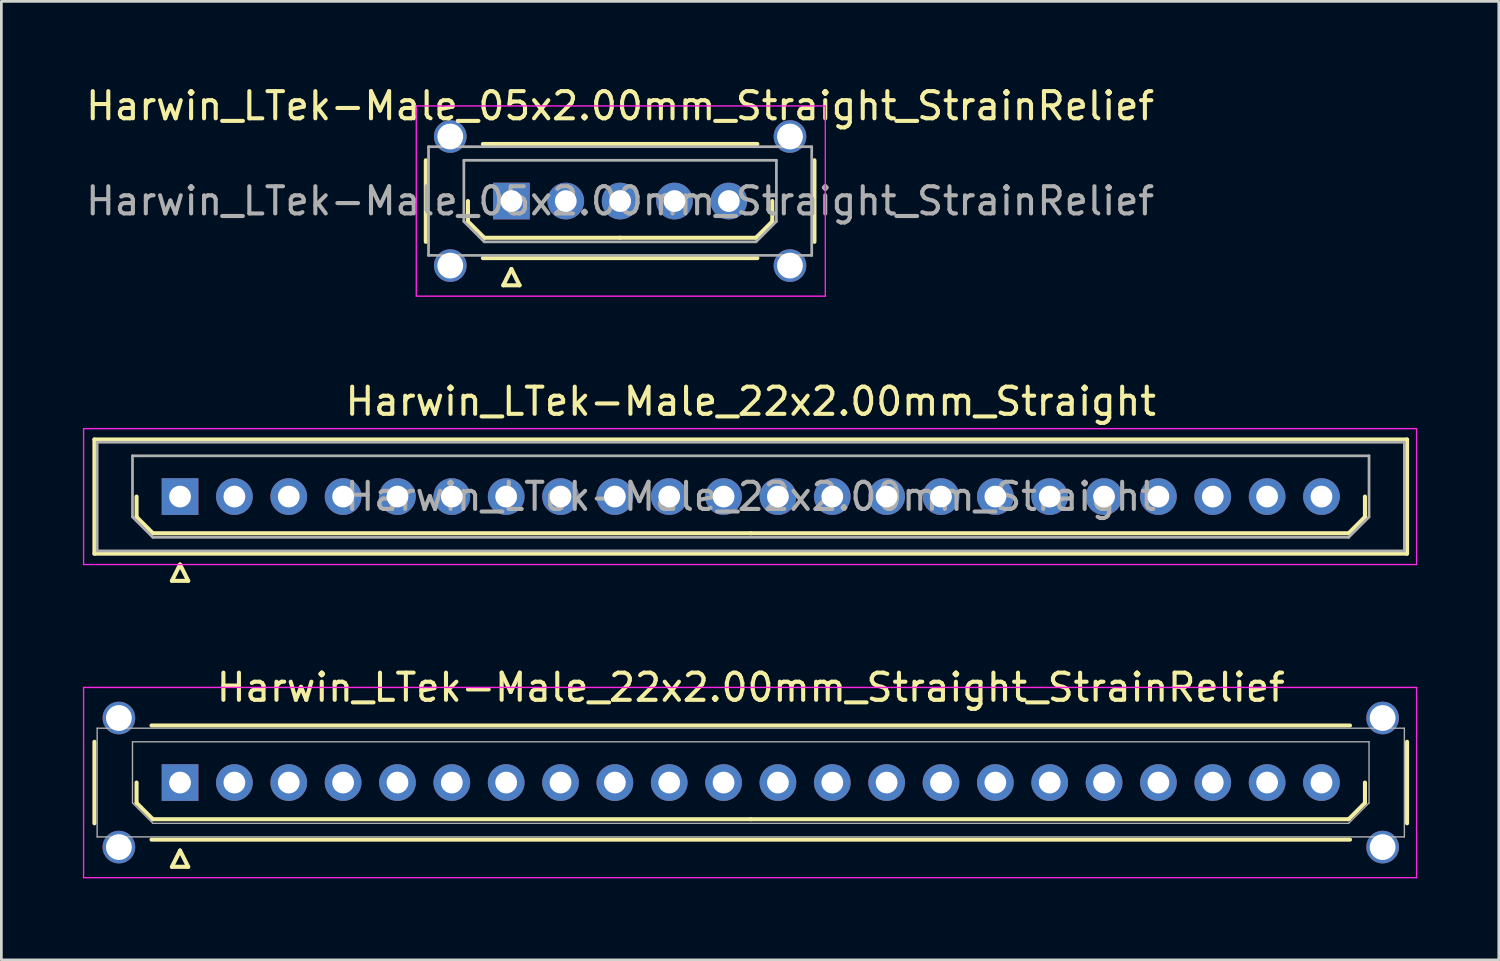
<source format=kicad_pcb>
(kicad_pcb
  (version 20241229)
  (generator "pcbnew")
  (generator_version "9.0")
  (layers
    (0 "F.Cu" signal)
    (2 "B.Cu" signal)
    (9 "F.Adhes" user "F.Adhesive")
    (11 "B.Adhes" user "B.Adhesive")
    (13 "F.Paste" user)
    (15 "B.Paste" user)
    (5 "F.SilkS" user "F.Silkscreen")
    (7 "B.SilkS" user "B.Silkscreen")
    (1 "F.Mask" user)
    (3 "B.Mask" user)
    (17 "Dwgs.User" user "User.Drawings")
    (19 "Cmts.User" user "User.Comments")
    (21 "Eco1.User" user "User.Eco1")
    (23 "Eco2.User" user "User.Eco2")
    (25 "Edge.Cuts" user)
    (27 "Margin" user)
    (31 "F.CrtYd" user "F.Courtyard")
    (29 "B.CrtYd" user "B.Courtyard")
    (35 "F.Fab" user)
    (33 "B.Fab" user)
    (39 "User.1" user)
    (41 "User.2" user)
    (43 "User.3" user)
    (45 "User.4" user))
  (footprint "Harwin_LTek-Male_05x2.00mm_Straight_StrainRelief"
    (layer "F.Cu")
    (at 15.768 4.348)
    (property "Reference" "Harwin_LTek-Male_05x2.00mm_Straight_StrainRelief" (at 4 -3.5 0) (layer "F.SilkS") (effects (font (size 1 1) (thickness 0.15))))
    (attr through_hole)
    (fp_line (start -3.15 -1.5) (end -3.15 1.5) (stroke (width 0.15) (type solid)) (layer "F.SilkS"))
    (fp_line (start -1.6 0) (end -1.6 0.75) (stroke (width 0.15) (type solid)) (layer "F.SilkS"))
    (fp_line (start -1.6 0.75) (end -1 1.35) (stroke (width 0.15) (type solid)) (layer "F.SilkS"))
    (fp_line (start -1.05 -2.1) (end 9.05 -2.1) (stroke (width 0.15) (type solid)) (layer "F.SilkS"))
    (fp_line (start -1.05 2.1) (end 9.05 2.1) (stroke (width 0.15) (type solid)) (layer "F.SilkS"))
    (fp_line (start -1 1.35) (end 4 1.35) (stroke (width 0.15) (type solid)) (layer "F.SilkS"))
    (fp_line (start -0.3 3.1) (end 0.3 3.1) (stroke (width 0.15) (type solid)) (layer "F.SilkS"))
    (fp_line (start 0 2.5) (end -0.3 3.1) (stroke (width 0.15) (type solid)) (layer "F.SilkS"))
    (fp_line (start 0.3 3.1) (end 0 2.5) (stroke (width 0.15) (type solid)) (layer "F.SilkS"))
    (fp_line (start 9 1.35) (end 4 1.35) (stroke (width 0.15) (type solid)) (layer "F.SilkS"))
    (fp_line (start 9.6 0) (end 9.6 0.75) (stroke (width 0.15) (type solid)) (layer "F.SilkS"))
    (fp_line (start 9.6 0.75) (end 9 1.35) (stroke (width 0.15) (type solid)) (layer "F.SilkS"))
    (fp_line (start 11.15 -1.5) (end 11.15 1.5) (stroke (width 0.15) (type solid)) (layer "F.SilkS"))
    (fp_line (start -3.5 -3.5) (end -3.5 3.5) (stroke (width 0.05) (type solid)) (layer "F.CrtYd"))
    (fp_line (start -3.5 3.5) (end 11.55 3.5) (stroke (width 0.05) (type solid)) (layer "F.CrtYd"))
    (fp_line (start 11.55 -3.5) (end -3.5 -3.5) (stroke (width 0.05) (type solid)) (layer "F.CrtYd"))
    (fp_line (start 11.55 3.5) (end 11.55 -3.5) (stroke (width 0.05) (type solid)) (layer "F.CrtYd"))
    (fp_line (start -3.05 -2) (end -3.05 2) (stroke (width 0.1) (type solid)) (layer "F.Fab"))
    (fp_line (start -3.05 2) (end 11.05 2) (stroke (width 0.1) (type solid)) (layer "F.Fab"))
    (fp_line (start -1.75 -1.5) (end 9.75 -1.5) (stroke (width 0.1) (type solid)) (layer "F.Fab"))
    (fp_line (start -1.75 0.75) (end -1.75 -1.5) (stroke (width 0.1) (type solid)) (layer "F.Fab"))
    (fp_line (start -1 1.5) (end -1.75 0.75) (stroke (width 0.1) (type solid)) (layer "F.Fab"))
    (fp_line (start 9 1.5) (end -1 1.5) (stroke (width 0.1) (type solid)) (layer "F.Fab"))
    (fp_line (start 9.75 -1.5) (end 9.75 0.75) (stroke (width 0.1) (type solid)) (layer "F.Fab"))
    (fp_line (start 9.75 0.75) (end 9 1.5) (stroke (width 0.1) (type solid)) (layer "F.Fab"))
    (fp_line (start 11.05 -2) (end -3.05 -2) (stroke (width 0.1) (type solid)) (layer "F.Fab"))
    (fp_line (start 11.05 2) (end 11.05 -2) (stroke (width 0.1) (type solid)) (layer "F.Fab"))
    (fp_text user "${REFERENCE}" (at 4 0 0) (layer "F.Fab") (effects (font (size 1 1) (thickness 0.15))))
    (pad "" thru_hole circle (at -2.25 -2.375) (size 1.2 1.2) (drill 0.95) (layers "*.Cu" "*.Mask"))
    (pad "" thru_hole circle (at -2.25 2.375) (size 1.2 1.2) (drill 0.95) (layers "*.Cu" "*.Mask"))
    (pad "" thru_hole circle (at 10.25 -2.375) (size 1.2 1.2) (drill 0.95) (layers "*.Cu" "*.Mask"))
    (pad "" thru_hole circle (at 10.25 2.375) (size 1.2 1.2) (drill 0.95) (layers "*.Cu" "*.Mask"))
    (pad "1" thru_hole rect (at 0 0) (size 1.35 1.35) (drill 0.8) (layers "*.Cu" "*.Mask"))
    (pad "2" thru_hole circle (at 2 0) (size 1.35 1.35) (drill 0.8) (layers "*.Cu" "*.Mask"))
    (pad "3" thru_hole circle (at 4 0) (size 1.35 1.35) (drill 0.8) (layers "*.Cu" "*.Mask"))
    (pad "4" thru_hole circle (at 6 0) (size 1.35 1.35) (drill 0.8) (layers "*.Cu" "*.Mask"))
    (pad "5" thru_hole circle (at 8 0) (size 1.35 1.35) (drill 0.8) (layers "*.Cu" "*.Mask")))
  (footprint "Harwin_LTek-Male_22x2.00mm_Straight_StrainRelief"
    (layer "F.Cu")
    (at 3.575 25.745)
    (property "Reference" "Harwin_LTek-Male_22x2.00mm_Straight_StrainRelief" (at 21 -3.5 0) (layer "F.SilkS") (effects (font (size 1 1) (thickness 0.15))))
    (attr through_hole)
    (fp_line (start -3.15 -1.5) (end -3.15 1.5) (stroke (width 0.15) (type solid)) (layer "F.SilkS"))
    (fp_line (start -1.6 0) (end -1.6 0.75) (stroke (width 0.15) (type solid)) (layer "F.SilkS"))
    (fp_line (start -1.6 0.75) (end -1 1.35) (stroke (width 0.15) (type solid)) (layer "F.SilkS"))
    (fp_line (start -1.05 -2.1) (end 43.05 -2.1) (stroke (width 0.15) (type solid)) (layer "F.SilkS"))
    (fp_line (start -1.05 2.1) (end 43.05 2.1) (stroke (width 0.15) (type solid)) (layer "F.SilkS"))
    (fp_line (start -1 1.35) (end 21 1.35) (stroke (width 0.15) (type solid)) (layer "F.SilkS"))
    (fp_line (start -0.3 3.1) (end 0.3 3.1) (stroke (width 0.15) (type solid)) (layer "F.SilkS"))
    (fp_line (start 0 2.5) (end -0.3 3.1) (stroke (width 0.15) (type solid)) (layer "F.SilkS"))
    (fp_line (start 0.3 3.1) (end 0 2.5) (stroke (width 0.15) (type solid)) (layer "F.SilkS"))
    (fp_line (start 43 1.35) (end 21 1.35) (stroke (width 0.15) (type solid)) (layer "F.SilkS"))
    (fp_line (start 43.6 0) (end 43.6 0.75) (stroke (width 0.15) (type solid)) (layer "F.SilkS"))
    (fp_line (start 43.6 0.75) (end 43 1.35) (stroke (width 0.15) (type solid)) (layer "F.SilkS"))
    (fp_line (start 45.15 -1.5) (end 45.15 1.5) (stroke (width 0.15) (type solid)) (layer "F.SilkS"))
    (fp_line (start -3.55 -3.5) (end -3.55 3.5) (stroke (width 0.05) (type solid)) (layer "F.CrtYd"))
    (fp_line (start -3.55 3.5) (end 45.5 3.5) (stroke (width 0.05) (type solid)) (layer "F.CrtYd"))
    (fp_line (start 45.5 -3.5) (end -3.55 -3.5) (stroke (width 0.05) (type solid)) (layer "F.CrtYd"))
    (fp_line (start 45.5 3.5) (end 45.5 -3.5) (stroke (width 0.05) (type solid)) (layer "F.CrtYd"))
    (fp_line (start -3.05 -2) (end -3.05 2) (stroke (width 0.05) (type solid)) (layer "F.Fab"))
    (fp_line (start -3.05 2) (end 45.05 2) (stroke (width 0.05) (type solid)) (layer "F.Fab"))
    (fp_line (start -1.75 -1.5) (end 43.75 -1.5) (stroke (width 0.05) (type solid)) (layer "F.Fab"))
    (fp_line (start -1.75 0.75) (end -1.75 -1.5) (stroke (width 0.05) (type solid)) (layer "F.Fab"))
    (fp_line (start -1 1.5) (end -1.75 0.75) (stroke (width 0.05) (type solid)) (layer "F.Fab"))
    (fp_line (start 43 1.5) (end -1 1.5) (stroke (width 0.05) (type solid)) (layer "F.Fab"))
    (fp_line (start 43.75 -1.5) (end 43.75 0.75) (stroke (width 0.05) (type solid)) (layer "F.Fab"))
    (fp_line (start 43.75 0.75) (end 43 1.5) (stroke (width 0.05) (type solid)) (layer "F.Fab"))
    (fp_line (start 45.05 -2) (end -3.05 -2) (stroke (width 0.05) (type solid)) (layer "F.Fab"))
    (fp_line (start 45.05 2) (end 45.05 -2) (stroke (width 0.05) (type solid)) (layer "F.Fab"))
    (pad "" thru_hole circle (at -2.25 -2.375) (size 1.2 1.2) (drill 0.95) (layers "*.Cu" "*.Mask"))
    (pad "" thru_hole circle (at -2.25 2.375) (size 1.2 1.2) (drill 0.95) (layers "*.Cu" "*.Mask"))
    (pad "" thru_hole circle (at 44.25 -2.375) (size 1.2 1.2) (drill 0.95) (layers "*.Cu" "*.Mask"))
    (pad "" thru_hole circle (at 44.25 2.375) (size 1.2 1.2) (drill 0.95) (layers "*.Cu" "*.Mask"))
    (pad "1" thru_hole rect (at 0 0) (size 1.35 1.35) (drill 0.8) (layers "*.Cu" "*.Mask"))
    (pad "2" thru_hole circle (at 2 0) (size 1.35 1.35) (drill 0.8) (layers "*.Cu" "*.Mask"))
    (pad "3" thru_hole circle (at 4 0) (size 1.35 1.35) (drill 0.8) (layers "*.Cu" "*.Mask"))
    (pad "4" thru_hole circle (at 6 0) (size 1.35 1.35) (drill 0.8) (layers "*.Cu" "*.Mask"))
    (pad "5" thru_hole circle (at 8 0) (size 1.35 1.35) (drill 0.8) (layers "*.Cu" "*.Mask"))
    (pad "6" thru_hole circle (at 10 0) (size 1.35 1.35) (drill 0.8) (layers "*.Cu" "*.Mask"))
    (pad "7" thru_hole circle (at 12 0) (size 1.35 1.35) (drill 0.8) (layers "*.Cu" "*.Mask"))
    (pad "8" thru_hole circle (at 14 0) (size 1.35 1.35) (drill 0.8) (layers "*.Cu" "*.Mask"))
    (pad "9" thru_hole circle (at 16 0) (size 1.35 1.35) (drill 0.8) (layers "*.Cu" "*.Mask"))
    (pad "10" thru_hole circle (at 18 0) (size 1.35 1.35) (drill 0.8) (layers "*.Cu" "*.Mask"))
    (pad "11" thru_hole circle (at 20 0) (size 1.35 1.35) (drill 0.8) (layers "*.Cu" "*.Mask"))
    (pad "12" thru_hole circle (at 22 0) (size 1.35 1.35) (drill 0.8) (layers "*.Cu" "*.Mask"))
    (pad "13" thru_hole circle (at 24 0) (size 1.35 1.35) (drill 0.8) (layers "*.Cu" "*.Mask"))
    (pad "14" thru_hole circle (at 26 0) (size 1.35 1.35) (drill 0.8) (layers "*.Cu" "*.Mask"))
    (pad "15" thru_hole circle (at 28 0) (size 1.35 1.35) (drill 0.8) (layers "*.Cu" "*.Mask"))
    (pad "16" thru_hole circle (at 30 0) (size 1.35 1.35) (drill 0.8) (layers "*.Cu" "*.Mask"))
    (pad "17" thru_hole circle (at 32 0) (size 1.35 1.35) (drill 0.8) (layers "*.Cu" "*.Mask"))
    (pad "18" thru_hole circle (at 34 0) (size 1.35 1.35) (drill 0.8) (layers "*.Cu" "*.Mask"))
    (pad "19" thru_hole circle (at 36 0) (size 1.35 1.35) (drill 0.8) (layers "*.Cu" "*.Mask"))
    (pad "20" thru_hole circle (at 38 0) (size 1.35 1.35) (drill 0.8) (layers "*.Cu" "*.Mask"))
    (pad "21" thru_hole circle (at 40 0) (size 1.35 1.35) (drill 0.8) (layers "*.Cu" "*.Mask"))
    (pad "22" thru_hole circle (at 42 0) (size 1.35 1.35) (drill 0.8) (layers "*.Cu" "*.Mask")))
  (footprint "Harwin_LTek-Male_22x2.00mm_Straight"
    (layer "F.Cu")
    (at 3.575 15.222)
    (property "Reference" "Harwin_LTek-Male_22x2.00mm_Straight" (at 21 -3.5 0) (layer "F.SilkS") (effects (font (size 1 1) (thickness 0.15))))
    (attr through_hole)
    (fp_line (start -3.15 -2.1) (end -3.15 2.1) (stroke (width 0.15) (type solid)) (layer "F.SilkS"))
    (fp_line (start -3.15 2.1) (end 45.15 2.1) (stroke (width 0.15) (type solid)) (layer "F.SilkS"))
    (fp_line (start -1.6 0) (end -1.6 0.75) (stroke (width 0.15) (type solid)) (layer "F.SilkS"))
    (fp_line (start -1.6 0.75) (end -1 1.35) (stroke (width 0.15) (type solid)) (layer "F.SilkS"))
    (fp_line (start -1 1.35) (end 21 1.35) (stroke (width 0.15) (type solid)) (layer "F.SilkS"))
    (fp_line (start -0.3 3.1) (end 0.3 3.1) (stroke (width 0.15) (type solid)) (layer "F.SilkS"))
    (fp_line (start 0 2.5) (end -0.3 3.1) (stroke (width 0.15) (type solid)) (layer "F.SilkS"))
    (fp_line (start 0.3 3.1) (end 0 2.5) (stroke (width 0.15) (type solid)) (layer "F.SilkS"))
    (fp_line (start 43 1.35) (end 21 1.35) (stroke (width 0.15) (type solid)) (layer "F.SilkS"))
    (fp_line (start 43.6 0) (end 43.6 0.75) (stroke (width 0.15) (type solid)) (layer "F.SilkS"))
    (fp_line (start 43.6 0.75) (end 43 1.35) (stroke (width 0.15) (type solid)) (layer "F.SilkS"))
    (fp_line (start 45.15 -2.1) (end -3.15 -2.1) (stroke (width 0.15) (type solid)) (layer "F.SilkS"))
    (fp_line (start 45.15 2.1) (end 45.15 -2.1) (stroke (width 0.15) (type solid)) (layer "F.SilkS"))
    (fp_line (start -3.55 -2.5) (end -3.55 2.5) (stroke (width 0.05) (type solid)) (layer "F.CrtYd"))
    (fp_line (start -3.55 2.5) (end 45.5 2.5) (stroke (width 0.05) (type solid)) (layer "F.CrtYd"))
    (fp_line (start 45.5 -2.5) (end -3.55 -2.5) (stroke (width 0.05) (type solid)) (layer "F.CrtYd"))
    (fp_line (start 45.5 2.5) (end 45.5 -2.5) (stroke (width 0.05) (type solid)) (layer "F.CrtYd"))
    (fp_line (start -3.05 -2) (end -3.05 2) (stroke (width 0.1) (type solid)) (layer "F.Fab"))
    (fp_line (start -3.05 2) (end 45.05 2) (stroke (width 0.1) (type solid)) (layer "F.Fab"))
    (fp_line (start -1.75 -1.5) (end 43.75 -1.5) (stroke (width 0.1) (type solid)) (layer "F.Fab"))
    (fp_line (start -1.75 0.75) (end -1.75 -1.5) (stroke (width 0.1) (type solid)) (layer "F.Fab"))
    (fp_line (start -1 1.5) (end -1.75 0.75) (stroke (width 0.1) (type solid)) (layer "F.Fab"))
    (fp_line (start 43 1.5) (end -1 1.5) (stroke (width 0.1) (type solid)) (layer "F.Fab"))
    (fp_line (start 43.75 -1.5) (end 43.75 0.75) (stroke (width 0.1) (type solid)) (layer "F.Fab"))
    (fp_line (start 43.75 0.75) (end 43 1.5) (stroke (width 0.1) (type solid)) (layer "F.Fab"))
    (fp_line (start 45.05 -2) (end -3.05 -2) (stroke (width 0.1) (type solid)) (layer "F.Fab"))
    (fp_line (start 45.05 2) (end 45.05 -2) (stroke (width 0.1) (type solid)) (layer "F.Fab"))
    (fp_text user "${REFERENCE}" (at 21 0 0) (layer "F.Fab") (effects (font (size 1 1) (thickness 0.15))))
    (pad "1" thru_hole rect (at 0 0) (size 1.35 1.35) (drill 0.8) (layers "*.Cu" "*.Mask"))
    (pad "2" thru_hole circle (at 2 0) (size 1.35 1.35) (drill 0.8) (layers "*.Cu" "*.Mask"))
    (pad "3" thru_hole circle (at 4 0) (size 1.35 1.35) (drill 0.8) (layers "*.Cu" "*.Mask"))
    (pad "4" thru_hole circle (at 6 0) (size 1.35 1.35) (drill 0.8) (layers "*.Cu" "*.Mask"))
    (pad "5" thru_hole circle (at 8 0) (size 1.35 1.35) (drill 0.8) (layers "*.Cu" "*.Mask"))
    (pad "6" thru_hole circle (at 10 0) (size 1.35 1.35) (drill 0.8) (layers "*.Cu" "*.Mask"))
    (pad "7" thru_hole circle (at 12 0) (size 1.35 1.35) (drill 0.8) (layers "*.Cu" "*.Mask"))
    (pad "8" thru_hole circle (at 14 0) (size 1.35 1.35) (drill 0.8) (layers "*.Cu" "*.Mask"))
    (pad "9" thru_hole circle (at 16 0) (size 1.35 1.35) (drill 0.8) (layers "*.Cu" "*.Mask"))
    (pad "10" thru_hole circle (at 18 0) (size 1.35 1.35) (drill 0.8) (layers "*.Cu" "*.Mask"))
    (pad "11" thru_hole circle (at 20 0) (size 1.35 1.35) (drill 0.8) (layers "*.Cu" "*.Mask"))
    (pad "12" thru_hole circle (at 22 0) (size 1.35 1.35) (drill 0.8) (layers "*.Cu" "*.Mask"))
    (pad "13" thru_hole circle (at 24 0) (size 1.35 1.35) (drill 0.8) (layers "*.Cu" "*.Mask"))
    (pad "14" thru_hole circle (at 26 0) (size 1.35 1.35) (drill 0.8) (layers "*.Cu" "*.Mask"))
    (pad "15" thru_hole circle (at 28 0) (size 1.35 1.35) (drill 0.8) (layers "*.Cu" "*.Mask"))
    (pad "16" thru_hole circle (at 30 0) (size 1.35 1.35) (drill 0.8) (layers "*.Cu" "*.Mask"))
    (pad "17" thru_hole circle (at 32 0) (size 1.35 1.35) (drill 0.8) (layers "*.Cu" "*.Mask"))
    (pad "18" thru_hole circle (at 34 0) (size 1.35 1.35) (drill 0.8) (layers "*.Cu" "*.Mask"))
    (pad "19" thru_hole circle (at 36 0) (size 1.35 1.35) (drill 0.8) (layers "*.Cu" "*.Mask"))
    (pad "20" thru_hole circle (at 38 0) (size 1.35 1.35) (drill 0.8) (layers "*.Cu" "*.Mask"))
    (pad "21" thru_hole circle (at 40 0) (size 1.35 1.35) (drill 0.8) (layers "*.Cu" "*.Mask"))
    (pad "22" thru_hole circle (at 42 0) (size 1.35 1.35) (drill 0.8) (layers "*.Cu" "*.Mask")))
  (gr_rect
    (start -3 -3)
    (end 52.1 32.27)
    (stroke (width 0.1) (type default))
    (fill no)
    (layer "Edge.Cuts")))
</source>
